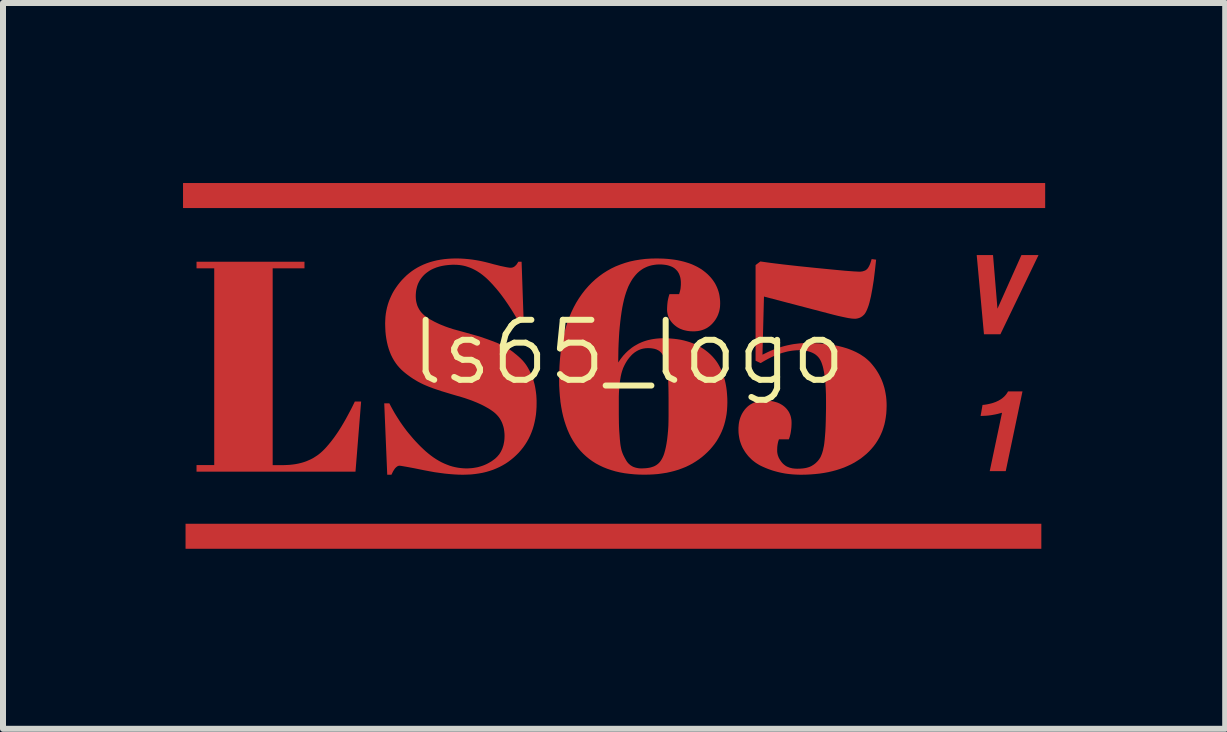
<source format=kicad_pcb>
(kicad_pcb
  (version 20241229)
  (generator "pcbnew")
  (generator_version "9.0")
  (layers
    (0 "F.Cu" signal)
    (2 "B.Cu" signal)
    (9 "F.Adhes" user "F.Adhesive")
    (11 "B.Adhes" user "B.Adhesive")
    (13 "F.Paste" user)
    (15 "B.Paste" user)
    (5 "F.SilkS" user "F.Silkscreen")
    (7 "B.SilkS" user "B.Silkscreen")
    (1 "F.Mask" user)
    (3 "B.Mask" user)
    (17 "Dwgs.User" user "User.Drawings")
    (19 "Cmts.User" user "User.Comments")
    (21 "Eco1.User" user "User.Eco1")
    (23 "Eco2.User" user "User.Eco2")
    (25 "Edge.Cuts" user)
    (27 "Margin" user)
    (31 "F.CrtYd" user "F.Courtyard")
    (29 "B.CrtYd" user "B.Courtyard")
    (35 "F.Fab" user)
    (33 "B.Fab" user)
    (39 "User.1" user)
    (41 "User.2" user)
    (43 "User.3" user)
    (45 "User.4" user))
  (footprint "ls65_logo"
    (layer "F.Cu")
    (at 7.424 3.322)
    (property "Reference" "ls65_logo" (at 0 -0.5 0) (unlocked yes) (layer "F.SilkS") (effects (font (size 1 1) (thickness 0.1))))
    (fp_poly (pts (xy 6.019 1.479) (xy 6.019 1.479) (xy 6.019 1.479)) (stroke (width 0) (type solid)) (fill yes) (layer "F.Cu"))
    (fp_poly (pts (xy 6.019 1.479) (xy 6.019 1.479) (xy 6.019 1.479)) (stroke (width 0) (type solid)) (fill yes) (layer "F.Cu"))
    (fp_poly (pts (xy 6.879 2.773) (xy -7.382 2.773) (xy -7.382 2.356) (xy 6.879 2.356)) (stroke (width 0) (type solid)) (fill yes) (layer "F.Cu"))
    (fp_poly (pts (xy 6.943 -2.905) (xy -7.424 -2.905) (xy -7.424 -3.322) (xy 6.943 -3.322)) (stroke (width 0) (type solid)) (fill yes) (layer "F.Cu"))
    (fp_poly (pts (xy 6.148 -1.228) (xy 6.547 -2.121) (xy 6.832 -2.121) (xy 6.197 -0.802) (xy 5.923 -0.802) (xy 5.802 -2.121) (xy 6.074 -2.121)) (stroke (width 0) (type solid)) (fill yes) (layer "F.Cu"))
    (fp_poly (pts (xy -5.4 -1.9) (xy -5.93 -1.9) (xy -5.93 1.379) (xy -5.75 1.379) (xy -5.697 1.377) (xy -5.646 1.374) (xy -5.597 1.369) (xy -5.548 1.362) (xy -5.501 1.353) (xy -5.456 1.342) (xy -5.411 1.329) (xy -5.368 1.314) (xy -5.327 1.296) (xy -5.286 1.277) (xy -5.247 1.256) (xy -5.21 1.232) (xy -5.173 1.207) (xy -5.139 1.18) (xy -5.105 1.15) (xy -5.073 1.119) (xy -5.041 1.085) (xy -5.01 1.049) (xy -4.978 1.011) (xy -4.946 0.971) (xy -4.914 0.929) (xy -4.882 0.884) (xy -4.85 0.838) (xy -4.818 0.789) (xy -4.786 0.738) (xy -4.754 0.684) (xy -4.722 0.629) (xy -4.69 0.571) (xy -4.658 0.511) (xy -4.625 0.449) (xy -4.593 0.385) (xy -4.561 0.319) (xy -4.456 0.319) (xy -4.55 1.488) (xy -7.199 1.488) (xy -7.199 1.378) (xy -6.904 1.378) (xy -6.904 -1.9) (xy -7.199 -1.9) (xy -7.199 -2.01) (xy -5.4 -2.01)) (stroke (width 0) (type solid)) (fill yes) (layer "F.Cu"))
    (fp_poly (pts (xy 6.286 1.479) (xy 6.019 1.479) (xy 6.224 0.506) (xy 6.201 0.512) (xy 6.179 0.518) (xy 6.157 0.524) (xy 6.135 0.529) (xy 6.112 0.534) (xy 6.09 0.538) (xy 6.068 0.542) (xy 6.046 0.546) (xy 6.024 0.549) (xy 6.002 0.552) (xy 5.98 0.554) (xy 5.957 0.556) (xy 5.935 0.557) (xy 5.912 0.558) (xy 5.889 0.559) (xy 5.867 0.559) (xy 5.899 0.376) (xy 5.939 0.372) (xy 5.976 0.366) (xy 6.013 0.358) (xy 6.03 0.354) (xy 6.047 0.35) (xy 6.064 0.345) (xy 6.08 0.34) (xy 6.096 0.334) (xy 6.111 0.329) (xy 6.126 0.323) (xy 6.14 0.316) (xy 6.154 0.31) (xy 6.168 0.303) (xy 6.181 0.295) (xy 6.194 0.288) (xy 6.206 0.28) (xy 6.218 0.272) (xy 6.23 0.263) (xy 6.24 0.254) (xy 6.251 0.245) (xy 6.261 0.236) (xy 6.27 0.226) (xy 6.279 0.216) (xy 6.288 0.206) (xy 6.296 0.195) (xy 6.304 0.184) (xy 6.311 0.173) (xy 6.318 0.162) (xy 6.324 0.15) (xy 6.565 0.15)) (stroke (width 0) (type solid)) (fill yes) (layer "F.Cu"))
    (fp_poly (pts (xy -2.804 -2.064) (xy -2.737 -2.06) (xy -2.669 -2.054) (xy -2.601 -2.046) (xy -2.531 -2.035) (xy -2.461 -2.022) (xy -2.39 -2.006) (xy -2.319 -1.988) (xy -2.25 -1.969) (xy -2.189 -1.954) (xy -2.134 -1.94) (xy -2.086 -1.93) (xy -2.044 -1.921) (xy -2.01 -1.915) (xy -1.982 -1.911) (xy -1.961 -1.91) (xy -1.957 -1.91) (xy -1.953 -1.911) (xy -1.949 -1.911) (xy -1.944 -1.912) (xy -1.94 -1.913) (xy -1.936 -1.914) (xy -1.932 -1.915) (xy -1.927 -1.916) (xy -1.923 -1.918) (xy -1.919 -1.92) (xy -1.915 -1.922) (xy -1.911 -1.924) (xy -1.907 -1.927) (xy -1.903 -1.929) (xy -1.895 -1.935) (xy -1.888 -1.942) (xy -1.88 -1.949) (xy -1.872 -1.957) (xy -1.865 -1.966) (xy -1.858 -1.976) (xy -1.851 -1.987) (xy -1.844 -1.998) (xy -1.837 -2.01) (xy -1.782 -2.01) (xy -1.747 -1.001) (xy -1.827 -1.001) (xy -1.887 -1.107) (xy -1.948 -1.207) (xy -2.01 -1.302) (xy -2.072 -1.392) (xy -2.135 -1.477) (xy -2.199 -1.556) (xy -2.264 -1.63) (xy -2.296 -1.664) (xy -2.329 -1.698) (xy -2.362 -1.73) (xy -2.395 -1.759) (xy -2.429 -1.787) (xy -2.463 -1.813) (xy -2.497 -1.836) (xy -2.532 -1.858) (xy -2.567 -1.877) (xy -2.603 -1.895) (xy -2.638 -1.91) (xy -2.675 -1.923) (xy -2.711 -1.935) (xy -2.748 -1.944) (xy -2.785 -1.951) (xy -2.823 -1.956) (xy -2.86 -1.959) (xy -2.899 -1.96) (xy -2.937 -1.96) (xy -2.973 -1.958) (xy -3.009 -1.955) (xy -3.044 -1.951) (xy -3.077 -1.946) (xy -3.11 -1.94) (xy -3.141 -1.933) (xy -3.172 -1.924) (xy -3.201 -1.915) (xy -3.229 -1.904) (xy -3.256 -1.893) (xy -3.283 -1.88) (xy -3.308 -1.866) (xy -3.331 -1.851) (xy -3.354 -1.835) (xy -3.376 -1.818) (xy -3.397 -1.8) (xy -3.416 -1.781) (xy -3.434 -1.761) (xy -3.45 -1.741) (xy -3.466 -1.719) (xy -3.48 -1.698) (xy -3.492 -1.675) (xy -3.504 -1.652) (xy -3.514 -1.627) (xy -3.522 -1.603) (xy -3.529 -1.577) (xy -3.535 -1.551) (xy -3.54 -1.524) (xy -3.543 -1.496) (xy -3.545 -1.467) (xy -3.546 -1.438) (xy -3.545 -1.409) (xy -3.543 -1.38) (xy -3.539 -1.353) (xy -3.533 -1.326) (xy -3.526 -1.3) (xy -3.518 -1.275) (xy -3.507 -1.251) (xy -3.495 -1.228) (xy -3.482 -1.206) (xy -3.467 -1.184) (xy -3.45 -1.163) (xy -3.432 -1.144) (xy -3.412 -1.125) (xy -3.391 -1.106) (xy -3.368 -1.089) (xy -3.344 -1.073) (xy -3.318 -1.057) (xy -3.292 -1.042) (xy -3.264 -1.027) (xy -3.237 -1.012) (xy -3.208 -0.998) (xy -3.179 -0.984) (xy -3.149 -0.97) (xy -3.118 -0.957) (xy -3.087 -0.945) (xy -3.055 -0.932) (xy -2.988 -0.908) (xy -2.919 -0.886) (xy -2.846 -0.866) (xy -2.712 -0.829) (xy -2.602 -0.798) (xy -2.518 -0.774) (xy -2.459 -0.756) (xy -2.41 -0.739) (xy -2.355 -0.72) (xy -2.295 -0.698) (xy -2.229 -0.673) (xy -2.195 -0.66) (xy -2.163 -0.646) (xy -2.133 -0.633) (xy -2.104 -0.619) (xy -2.077 -0.605) (xy -2.051 -0.591) (xy -2.027 -0.577) (xy -2.004 -0.563) (xy -1.982 -0.548) (xy -1.96 -0.532) (xy -1.937 -0.516) (xy -1.914 -0.498) (xy -1.891 -0.479) (xy -1.867 -0.46) (xy -1.843 -0.439) (xy -1.819 -0.418) (xy -1.807 -0.407) (xy -1.795 -0.396) (xy -1.784 -0.384) (xy -1.773 -0.373) (xy -1.762 -0.362) (xy -1.752 -0.35) (xy -1.742 -0.338) (xy -1.732 -0.326) (xy -1.723 -0.314) (xy -1.714 -0.302) (xy -1.705 -0.289) (xy -1.697 -0.277) (xy -1.689 -0.264) (xy -1.681 -0.251) (xy -1.674 -0.239) (xy -1.667 -0.226) (xy -1.65 -0.195) (xy -1.635 -0.164) (xy -1.621 -0.132) (xy -1.608 -0.1) (xy -1.595 -0.067) (xy -1.584 -0.033) (xy -1.574 0.002) (xy -1.565 0.037) (xy -1.557 0.073) (xy -1.551 0.109) (xy -1.545 0.147) (xy -1.54 0.185) (xy -1.536 0.224) (xy -1.534 0.263) (xy -1.532 0.303) (xy -1.532 0.344) (xy -1.533 0.411) (xy -1.537 0.476) (xy -1.543 0.539) (xy -1.553 0.601) (xy -1.565 0.661) (xy -1.579 0.719) (xy -1.596 0.776) (xy -1.616 0.831) (xy -1.638 0.884) (xy -1.663 0.936) (xy -1.691 0.986) (xy -1.721 1.034) (xy -1.754 1.081) (xy -1.79 1.126) (xy -1.828 1.17) (xy -1.869 1.211) (xy -1.912 1.251) (xy -1.957 1.288) (xy -2.003 1.323) (xy -2.051 1.355) (xy -2.101 1.384) (xy -2.152 1.411) (xy -2.205 1.435) (xy -2.259 1.457) (xy -2.316 1.476) (xy -2.374 1.493) (xy -2.433 1.507) (xy -2.494 1.518) (xy -2.557 1.527) (xy -2.622 1.534) (xy -2.688 1.537) (xy -2.756 1.539) (xy -2.829 1.538) (xy -2.904 1.534) (xy -2.981 1.528) (xy -3.062 1.52) (xy -3.144 1.509) (xy -3.23 1.497) (xy -3.318 1.481) (xy -3.408 1.464) (xy -3.571 1.431) (xy -3.694 1.408) (xy -3.775 1.394) (xy -3.801 1.39) (xy -3.816 1.389) (xy -3.82 1.389) (xy -3.824 1.389) (xy -3.829 1.39) (xy -3.833 1.391) (xy -3.837 1.393) (xy -3.842 1.394) (xy -3.846 1.396) (xy -3.85 1.398) (xy -3.855 1.401) (xy -3.859 1.404) (xy -3.863 1.407) (xy -3.867 1.41) (xy -3.872 1.414) (xy -3.876 1.418) (xy -3.88 1.422) (xy -3.884 1.426) (xy -3.889 1.431) (xy -3.893 1.436) (xy -3.897 1.442) (xy -3.901 1.447) (xy -3.909 1.46) (xy -3.918 1.473) (xy -3.926 1.488) (xy -3.934 1.504) (xy -3.942 1.521) (xy -3.951 1.539) (xy -4.021 1.539) (xy -4.071 0.349) (xy -3.986 0.349) (xy -3.958 0.403) (xy -3.929 0.456) (xy -3.899 0.509) (xy -3.868 0.56) (xy -3.836 0.61) (xy -3.804 0.66) (xy -3.77 0.709) (xy -3.735 0.757) (xy -3.7 0.804) (xy -3.663 0.85) (xy -3.625 0.895) (xy -3.587 0.94) (xy -3.548 0.983) (xy -3.507 1.026) (xy -3.466 1.068) (xy -3.423 1.109) (xy -3.381 1.148) (xy -3.337 1.185) (xy -3.294 1.219) (xy -3.25 1.251) (xy -3.206 1.28) (xy -3.161 1.307) (xy -3.117 1.331) (xy -3.072 1.352) (xy -3.026 1.371) (xy -2.981 1.388) (xy -2.935 1.402) (xy -2.889 1.413) (xy -2.842 1.422) (xy -2.796 1.428) (xy -2.749 1.432) (xy -2.701 1.434) (xy -2.67 1.433) (xy -2.64 1.431) (xy -2.61 1.429) (xy -2.58 1.425) (xy -2.551 1.42) (xy -2.522 1.415) (xy -2.494 1.408) (xy -2.466 1.4) (xy -2.438 1.391) (xy -2.411 1.381) (xy -2.385 1.37) (xy -2.359 1.358) (xy -2.333 1.344) (xy -2.308 1.33) (xy -2.283 1.315) (xy -2.259 1.298) (xy -2.236 1.281) (xy -2.214 1.263) (xy -2.204 1.253) (xy -2.194 1.243) (xy -2.184 1.233) (xy -2.175 1.222) (xy -2.166 1.212) (xy -2.157 1.201) (xy -2.149 1.19) (xy -2.142 1.178) (xy -2.134 1.166) (xy -2.127 1.154) (xy -2.121 1.142) (xy -2.115 1.129) (xy -2.103 1.103) (xy -2.094 1.076) (xy -2.085 1.048) (xy -2.079 1.019) (xy -2.073 0.989) (xy -2.069 0.957) (xy -2.067 0.925) (xy -2.066 0.891) (xy -2.067 0.858) (xy -2.07 0.825) (xy -2.074 0.794) (xy -2.079 0.763) (xy -2.087 0.733) (xy -2.096 0.705) (xy -2.106 0.677) (xy -2.118 0.651) (xy -2.132 0.625) (xy -2.147 0.6) (xy -2.164 0.577) (xy -2.183 0.554) (xy -2.203 0.533) (xy -2.225 0.512) (xy -2.249 0.492) (xy -2.274 0.474) (xy -2.3 0.456) (xy -2.328 0.438) (xy -2.358 0.421) (xy -2.388 0.404) (xy -2.42 0.387) (xy -2.454 0.37) (xy -2.489 0.354) (xy -2.525 0.338) (xy -2.562 0.323) (xy -2.601 0.307) (xy -2.642 0.292) (xy -2.683 0.278) (xy -2.726 0.263) (xy -2.771 0.249) (xy -2.864 0.222) (xy -2.956 0.195) (xy -3.042 0.169) (xy -3.121 0.145) (xy -3.193 0.121) (xy -3.26 0.098) (xy -3.319 0.076) (xy -3.372 0.054) (xy -3.418 0.034) (xy -3.461 0.013) (xy -3.504 -0.009) (xy -3.545 -0.033) (xy -3.586 -0.058) (xy -3.627 -0.085) (xy -3.667 -0.114) (xy -3.707 -0.144) (xy -3.746 -0.176) (xy -3.783 -0.209) (xy -3.818 -0.245) (xy -3.851 -0.283) (xy -3.881 -0.323) (xy -3.909 -0.366) (xy -3.935 -0.411) (xy -3.958 -0.458) (xy -3.978 -0.507) (xy -3.996 -0.558) (xy -4.012 -0.612) (xy -4.025 -0.668) (xy -4.036 -0.726) (xy -4.045 -0.786) (xy -4.051 -0.849) (xy -4.054 -0.914) (xy -4.056 -0.981) (xy -4.054 -1.036) (xy -4.051 -1.09) (xy -4.045 -1.143) (xy -4.036 -1.195) (xy -4.025 -1.246) (xy -4.011 -1.297) (xy -3.995 -1.346) (xy -3.976 -1.394) (xy -3.955 -1.441) (xy -3.932 -1.488) (xy -3.906 -1.533) (xy -3.877 -1.577) (xy -3.846 -1.621) (xy -3.813 -1.663) (xy -3.777 -1.705) (xy -3.738 -1.745) (xy -3.698 -1.784) (xy -3.655 -1.82) (xy -3.611 -1.854) (xy -3.565 -1.885) (xy -3.517 -1.914) (xy -3.467 -1.94) (xy -3.416 -1.964) (xy -3.363 -1.985) (xy -3.308 -2.004) (xy -3.251 -2.02) (xy -3.192 -2.034) (xy -3.131 -2.045) (xy -3.069 -2.054) (xy -3.005 -2.06) (xy -2.939 -2.064) (xy -2.871 -2.065)) (stroke (width 0) (type solid)) (fill yes) (layer "F.Cu"))
    (fp_poly (pts (xy 4.126 -2.045) (xy 4.106 -1.863) (xy 4.086 -1.701) (xy 4.063 -1.558) (xy 4.04 -1.435) (xy 4.015 -1.331) (xy 4.002 -1.286) (xy 3.988 -1.246) (xy 3.974 -1.211) (xy 3.96 -1.181) (xy 3.946 -1.156) (xy 3.931 -1.135) (xy 3.923 -1.126) (xy 3.914 -1.118) (xy 3.905 -1.11) (xy 3.896 -1.102) (xy 3.887 -1.096) (xy 3.877 -1.09) (xy 3.867 -1.084) (xy 3.857 -1.079) (xy 3.847 -1.075) (xy 3.836 -1.071) (xy 3.825 -1.068) (xy 3.814 -1.065) (xy 3.802 -1.063) (xy 3.79 -1.061) (xy 3.778 -1.061) (xy 3.766 -1.06) (xy 3.753 -1.061) (xy 3.738 -1.062) (xy 3.721 -1.063) (xy 3.702 -1.066) (xy 3.66 -1.072) (xy 3.611 -1.082) (xy 3.555 -1.094) (xy 3.492 -1.108) (xy 3.423 -1.125) (xy 3.346 -1.145) (xy 2.257 -1.43) (xy 2.232 -0.461) (xy 2.278 -0.484) (xy 2.323 -0.506) (xy 2.369 -0.527) (xy 2.416 -0.546) (xy 2.462 -0.563) (xy 2.509 -0.579) (xy 2.556 -0.594) (xy 2.603 -0.607) (xy 2.65 -0.618) (xy 2.698 -0.628) (xy 2.745 -0.637) (xy 2.793 -0.643) (xy 2.841 -0.649) (xy 2.889 -0.653) (xy 2.938 -0.655) (xy 2.986 -0.656) (xy 3.082 -0.654) (xy 3.173 -0.65) (xy 3.26 -0.643) (xy 3.344 -0.634) (xy 3.423 -0.621) (xy 3.498 -0.606) (xy 3.569 -0.588) (xy 3.636 -0.568) (xy 3.668 -0.557) (xy 3.699 -0.545) (xy 3.729 -0.533) (xy 3.758 -0.52) (xy 3.787 -0.507) (xy 3.814 -0.493) (xy 3.84 -0.479) (xy 3.866 -0.464) (xy 3.89 -0.448) (xy 3.914 -0.432) (xy 3.937 -0.416) (xy 3.958 -0.399) (xy 3.979 -0.381) (xy 3.999 -0.363) (xy 4.018 -0.345) (xy 4.036 -0.326) (xy 4.068 -0.288) (xy 4.098 -0.25) (xy 4.126 -0.211) (xy 4.152 -0.17) (xy 4.176 -0.129) (xy 4.197 -0.087) (xy 4.217 -0.044) (xy 4.235 0.001) (xy 4.25 0.046) (xy 4.264 0.092) (xy 4.275 0.139) (xy 4.284 0.187) (xy 4.292 0.236) (xy 4.297 0.286) (xy 4.3 0.337) (xy 4.301 0.389) (xy 4.299 0.455) (xy 4.295 0.519) (xy 4.287 0.582) (xy 4.277 0.642) (xy 4.264 0.701) (xy 4.247 0.758) (xy 4.228 0.814) (xy 4.205 0.867) (xy 4.18 0.919) (xy 4.151 0.969) (xy 4.12 1.017) (xy 4.086 1.063) (xy 4.048 1.108) (xy 4.008 1.151) (xy 3.965 1.192) (xy 3.918 1.231) (xy 3.87 1.269) (xy 3.818 1.303) (xy 3.765 1.336) (xy 3.709 1.366) (xy 3.651 1.393) (xy 3.591 1.419) (xy 3.529 1.441) (xy 3.464 1.462) (xy 3.397 1.48) (xy 3.328 1.496) (xy 3.257 1.509) (xy 3.183 1.52) (xy 3.107 1.528) (xy 3.029 1.534) (xy 2.949 1.538) (xy 2.866 1.539) (xy 2.822 1.538) (xy 2.777 1.536) (xy 2.733 1.533) (xy 2.69 1.529) (xy 2.647 1.524) (xy 2.604 1.518) (xy 2.562 1.51) (xy 2.52 1.501) (xy 2.479 1.491) (xy 2.438 1.48) (xy 2.397 1.468) (xy 2.357 1.454) (xy 2.318 1.44) (xy 2.279 1.424) (xy 2.24 1.407) (xy 2.202 1.389) (xy 2.181 1.378) (xy 2.161 1.366) (xy 2.142 1.354) (xy 2.123 1.342) (xy 2.105 1.329) (xy 2.087 1.315) (xy 2.069 1.301) (xy 2.052 1.286) (xy 2.036 1.27) (xy 2.02 1.254) (xy 2.004 1.238) (xy 1.989 1.221) (xy 1.975 1.203) (xy 1.961 1.185) (xy 1.947 1.166) (xy 1.934 1.146) (xy 1.922 1.126) (xy 1.91 1.106) (xy 1.899 1.086) (xy 1.889 1.064) (xy 1.88 1.043) (xy 1.872 1.021) (xy 1.864 0.999) (xy 1.857 0.976) (xy 1.851 0.953) (xy 1.846 0.93) (xy 1.842 0.906) (xy 1.838 0.882) (xy 1.835 0.857) (xy 1.833 0.833) (xy 1.832 0.807) (xy 1.832 0.781) (xy 1.832 0.756) (xy 1.834 0.731) (xy 1.836 0.706) (xy 1.839 0.682) (xy 1.843 0.659) (xy 1.848 0.636) (xy 1.854 0.614) (xy 1.861 0.592) (xy 1.869 0.571) (xy 1.878 0.55) (xy 1.887 0.53) (xy 1.898 0.511) (xy 1.909 0.492) (xy 1.922 0.474) (xy 1.935 0.456) (xy 1.949 0.439) (xy 1.964 0.423) (xy 1.98 0.407) (xy 1.996 0.393) (xy 2.014 0.38) (xy 2.031 0.368) (xy 2.05 0.357) (xy 2.069 0.347) (xy 2.089 0.338) (xy 2.11 0.33) (xy 2.131 0.323) (xy 2.153 0.317) (xy 2.176 0.313) (xy 2.199 0.309) (xy 2.224 0.306) (xy 2.249 0.305) (xy 2.274 0.304) (xy 2.3 0.304) (xy 2.325 0.306) (xy 2.349 0.308) (xy 2.372 0.31) (xy 2.395 0.314) (xy 2.417 0.318) (xy 2.438 0.324) (xy 2.459 0.33) (xy 2.479 0.336) (xy 2.498 0.344) (xy 2.517 0.352) (xy 2.535 0.362) (xy 2.552 0.372) (xy 2.568 0.382) (xy 2.584 0.394) (xy 2.599 0.406) (xy 2.613 0.419) (xy 2.627 0.433) (xy 2.639 0.447) (xy 2.65 0.461) (xy 2.661 0.476) (xy 2.671 0.492) (xy 2.679 0.507) (xy 2.687 0.524) (xy 2.694 0.541) (xy 2.7 0.558) (xy 2.705 0.576) (xy 2.709 0.594) (xy 2.712 0.612) (xy 2.715 0.632) (xy 2.716 0.651) (xy 2.717 0.671) (xy 2.716 0.711) (xy 2.714 0.75) (xy 2.71 0.786) (xy 2.705 0.822) (xy 2.702 0.839) (xy 2.699 0.856) (xy 2.695 0.872) (xy 2.691 0.888) (xy 2.687 0.904) (xy 2.682 0.919) (xy 2.677 0.934) (xy 2.671 0.949) (xy 2.507 0.949) (xy 2.503 0.959) (xy 2.5 0.969) (xy 2.496 0.98) (xy 2.493 0.991) (xy 2.491 1.001) (xy 2.488 1.013) (xy 2.486 1.024) (xy 2.484 1.036) (xy 2.482 1.047) (xy 2.481 1.059) (xy 2.479 1.072) (xy 2.478 1.084) (xy 2.478 1.097) (xy 2.477 1.11) (xy 2.477 1.123) (xy 2.477 1.136) (xy 2.477 1.15) (xy 2.478 1.163) (xy 2.48 1.176) (xy 2.482 1.189) (xy 2.485 1.202) (xy 2.488 1.215) (xy 2.493 1.228) (xy 2.498 1.241) (xy 2.503 1.254) (xy 2.51 1.267) (xy 2.517 1.279) (xy 2.524 1.292) (xy 2.533 1.304) (xy 2.542 1.317) (xy 2.551 1.329) (xy 2.561 1.341) (xy 2.572 1.353) (xy 2.584 1.364) (xy 2.596 1.374) (xy 2.609 1.384) (xy 2.622 1.393) (xy 2.636 1.401) (xy 2.651 1.408) (xy 2.666 1.414) (xy 2.682 1.42) (xy 2.699 1.425) (xy 2.716 1.429) (xy 2.734 1.433) (xy 2.752 1.435) (xy 2.771 1.437) (xy 2.791 1.438) (xy 2.811 1.439) (xy 2.832 1.438) (xy 2.851 1.438) (xy 2.87 1.437) (xy 2.889 1.435) (xy 2.907 1.434) (xy 2.924 1.431) (xy 2.94 1.429) (xy 2.956 1.426) (xy 2.972 1.422) (xy 2.986 1.418) (xy 3 1.414) (xy 3.014 1.409) (xy 3.027 1.404) (xy 3.039 1.398) (xy 3.05 1.393) (xy 3.061 1.386) (xy 3.072 1.379) (xy 3.082 1.373) (xy 3.092 1.366) (xy 3.101 1.359) (xy 3.111 1.351) (xy 3.12 1.344) (xy 3.128 1.336) (xy 3.136 1.328) (xy 3.144 1.32) (xy 3.152 1.312) (xy 3.159 1.303) (xy 3.166 1.295) (xy 3.173 1.286) (xy 3.179 1.277) (xy 3.185 1.268) (xy 3.191 1.259) (xy 3.197 1.249) (xy 3.202 1.239) (xy 3.207 1.228) (xy 3.212 1.216) (xy 3.217 1.204) (xy 3.222 1.191) (xy 3.227 1.177) (xy 3.231 1.162) (xy 3.236 1.147) (xy 3.24 1.132) (xy 3.244 1.115) (xy 3.247 1.098) (xy 3.251 1.081) (xy 3.255 1.062) (xy 3.258 1.043) (xy 3.261 1.024) (xy 3.268 0.962) (xy 3.274 0.893) (xy 3.28 0.817) (xy 3.284 0.733) (xy 3.287 0.641) (xy 3.289 0.541) (xy 3.291 0.434) (xy 3.291 0.319) (xy 3.29 0.205) (xy 3.286 0.099) (xy 3.28 0.003) (xy 3.271 -0.085) (xy 3.259 -0.163) (xy 3.245 -0.233) (xy 3.237 -0.265) (xy 3.228 -0.294) (xy 3.219 -0.321) (xy 3.209 -0.346) (xy 3.203 -0.358) (xy 3.198 -0.369) (xy 3.191 -0.38) (xy 3.185 -0.39) (xy 3.178 -0.401) (xy 3.17 -0.41) (xy 3.163 -0.42) (xy 3.154 -0.429) (xy 3.146 -0.438) (xy 3.137 -0.446) (xy 3.127 -0.454) (xy 3.118 -0.462) (xy 3.107 -0.469) (xy 3.097 -0.476) (xy 3.086 -0.482) (xy 3.074 -0.488) (xy 3.062 -0.494) (xy 3.05 -0.499) (xy 3.038 -0.504) (xy 3.024 -0.509) (xy 3.011 -0.513) (xy 2.997 -0.517) (xy 2.983 -0.521) (xy 2.968 -0.524) (xy 2.953 -0.527) (xy 2.938 -0.529) (xy 2.922 -0.531) (xy 2.906 -0.533) (xy 2.889 -0.534) (xy 2.872 -0.535) (xy 2.836 -0.536) (xy 2.8 -0.535) (xy 2.763 -0.532) (xy 2.726 -0.528) (xy 2.688 -0.522) (xy 2.65 -0.515) (xy 2.611 -0.505) (xy 2.572 -0.494) (xy 2.533 -0.482) (xy 2.493 -0.468) (xy 2.453 -0.452) (xy 2.412 -0.434) (xy 2.371 -0.415) (xy 2.329 -0.394) (xy 2.287 -0.371) (xy 2.245 -0.347) (xy 2.202 -0.321) (xy 2.117 -0.361) (xy 2.117 -1.955) (xy 2.197 -2.015) (xy 2.369 -1.991) (xy 2.58 -1.965) (xy 2.831 -1.937) (xy 3.121 -1.907) (xy 3.398 -1.88) (xy 3.61 -1.86) (xy 3.757 -1.849) (xy 3.839 -1.845) (xy 3.851 -1.845) (xy 3.862 -1.845) (xy 3.873 -1.846) (xy 3.884 -1.848) (xy 3.894 -1.849) (xy 3.904 -1.851) (xy 3.913 -1.854) (xy 3.922 -1.857) (xy 3.931 -1.86) (xy 3.939 -1.863) (xy 3.947 -1.867) (xy 3.954 -1.871) (xy 3.961 -1.876) (xy 3.967 -1.881) (xy 3.973 -1.887) (xy 3.979 -1.892) (xy 3.984 -1.899) (xy 3.989 -1.905) (xy 3.994 -1.913) (xy 3.999 -1.92) (xy 4.004 -1.929) (xy 4.008 -1.937) (xy 4.013 -1.947) (xy 4.018 -1.957) (xy 4.022 -1.967) (xy 4.027 -1.978) (xy 4.031 -1.99) (xy 4.035 -2.002) (xy 4.039 -2.014) (xy 4.043 -2.027) (xy 4.047 -2.041) (xy 4.051 -2.055)) (stroke (width 0) (type solid)) (fill yes) (layer "F.Cu"))
    (fp_poly (pts (xy 0.526 -2.064) (xy 0.587 -2.062) (xy 0.647 -2.058) (xy 0.705 -2.052) (xy 0.761 -2.045) (xy 0.815 -2.036) (xy 0.867 -2.025) (xy 0.917 -2.013) (xy 0.965 -1.999) (xy 1.012 -1.984) (xy 1.057 -1.967) (xy 1.099 -1.948) (xy 1.14 -1.928) (xy 1.179 -1.906) (xy 1.217 -1.883) (xy 1.252 -1.857) (xy 1.285 -1.831) (xy 1.316 -1.804) (xy 1.345 -1.775) (xy 1.372 -1.746) (xy 1.397 -1.715) (xy 1.419 -1.684) (xy 1.44 -1.652) (xy 1.458 -1.618) (xy 1.474 -1.584) (xy 1.488 -1.548) (xy 1.5 -1.512) (xy 1.51 -1.475) (xy 1.517 -1.436) (xy 1.522 -1.397) (xy 1.526 -1.357) (xy 1.527 -1.315) (xy 1.526 -1.292) (xy 1.525 -1.268) (xy 1.523 -1.246) (xy 1.519 -1.223) (xy 1.515 -1.202) (xy 1.51 -1.18) (xy 1.503 -1.159) (xy 1.496 -1.138) (xy 1.488 -1.118) (xy 1.479 -1.098) (xy 1.469 -1.079) (xy 1.458 -1.06) (xy 1.446 -1.041) (xy 1.433 -1.023) (xy 1.419 -1.005) (xy 1.404 -0.988) (xy 1.389 -0.971) (xy 1.372 -0.956) (xy 1.356 -0.941) (xy 1.338 -0.928) (xy 1.32 -0.915) (xy 1.302 -0.904) (xy 1.282 -0.894) (xy 1.263 -0.885) (xy 1.242 -0.877) (xy 1.221 -0.87) (xy 1.199 -0.864) (xy 1.177 -0.859) (xy 1.154 -0.855) (xy 1.131 -0.853) (xy 1.107 -0.851) (xy 1.082 -0.851) (xy 1.057 -0.851) (xy 1.033 -0.852) (xy 1.01 -0.854) (xy 0.987 -0.857) (xy 0.965 -0.861) (xy 0.943 -0.866) (xy 0.922 -0.871) (xy 0.902 -0.877) (xy 0.882 -0.885) (xy 0.863 -0.892) (xy 0.845 -0.901) (xy 0.827 -0.911) (xy 0.81 -0.921) (xy 0.793 -0.933) (xy 0.778 -0.945) (xy 0.762 -0.958) (xy 0.748 -0.971) (xy 0.734 -0.985) (xy 0.721 -1) (xy 0.71 -1.014) (xy 0.699 -1.029) (xy 0.689 -1.044) (xy 0.68 -1.06) (xy 0.672 -1.075) (xy 0.665 -1.091) (xy 0.659 -1.108) (xy 0.654 -1.125) (xy 0.65 -1.142) (xy 0.647 -1.159) (xy 0.644 -1.177) (xy 0.643 -1.194) (xy 0.642 -1.213) (xy 0.643 -1.249) (xy 0.645 -1.284) (xy 0.648 -1.318) (xy 0.652 -1.351) (xy 0.658 -1.382) (xy 0.665 -1.413) (xy 0.669 -1.428) (xy 0.673 -1.442) (xy 0.677 -1.456) (xy 0.682 -1.47) (xy 0.842 -1.47) (xy 0.846 -1.48) (xy 0.849 -1.491) (xy 0.852 -1.501) (xy 0.855 -1.511) (xy 0.858 -1.522) (xy 0.86 -1.533) (xy 0.863 -1.544) (xy 0.865 -1.555) (xy 0.867 -1.566) (xy 0.868 -1.578) (xy 0.869 -1.59) (xy 0.87 -1.601) (xy 0.871 -1.613) (xy 0.872 -1.625) (xy 0.872 -1.638) (xy 0.872 -1.65) (xy 0.872 -1.67) (xy 0.871 -1.688) (xy 0.869 -1.707) (xy 0.867 -1.724) (xy 0.864 -1.741) (xy 0.86 -1.757) (xy 0.855 -1.773) (xy 0.85 -1.788) (xy 0.844 -1.802) (xy 0.838 -1.816) (xy 0.83 -1.829) (xy 0.822 -1.842) (xy 0.814 -1.854) (xy 0.804 -1.865) (xy 0.794 -1.876) (xy 0.783 -1.886) (xy 0.772 -1.896) (xy 0.76 -1.905) (xy 0.747 -1.913) (xy 0.734 -1.921) (xy 0.719 -1.928) (xy 0.704 -1.934) (xy 0.689 -1.94) (xy 0.673 -1.945) (xy 0.656 -1.95) (xy 0.638 -1.954) (xy 0.62 -1.957) (xy 0.6 -1.96) (xy 0.581 -1.962) (xy 0.56 -1.964) (xy 0.539 -1.965) (xy 0.517 -1.965) (xy 0.474 -1.964) (xy 0.432 -1.959) (xy 0.391 -1.952) (xy 0.352 -1.942) (xy 0.314 -1.929) (xy 0.278 -1.913) (xy 0.243 -1.895) (xy 0.21 -1.873) (xy 0.178 -1.849) (xy 0.148 -1.822) (xy 0.119 -1.791) (xy 0.092 -1.758) (xy 0.066 -1.723) (xy 0.042 -1.684) (xy 0.019 -1.642) (xy -0.003 -1.598) (xy -0.022 -1.55) (xy -0.041 -1.498) (xy -0.059 -1.441) (xy -0.075 -1.381) (xy -0.09 -1.316) (xy -0.104 -1.247) (xy -0.116 -1.174) (xy -0.127 -1.097) (xy -0.137 -1.016) (xy -0.146 -0.931) (xy -0.154 -0.841) (xy -0.16 -0.747) (xy -0.165 -0.65) (xy -0.169 -0.547) (xy -0.172 -0.331) (xy -0.139 -0.38) (xy -0.104 -0.426) (xy -0.086 -0.448) (xy -0.067 -0.468) (xy -0.048 -0.489) (xy -0.028 -0.508) (xy -0.008 -0.527) (xy 0.013 -0.544) (xy 0.034 -0.561) (xy 0.055 -0.578) (xy 0.077 -0.593) (xy 0.1 -0.608) (xy 0.123 -0.621) (xy 0.146 -0.634) (xy 0.17 -0.647) (xy 0.194 -0.658) (xy 0.219 -0.669) (xy 0.244 -0.679) (xy 0.27 -0.688) (xy 0.296 -0.696) (xy 0.323 -0.704) (xy 0.35 -0.71) (xy 0.377 -0.716) (xy 0.405 -0.721) (xy 0.462 -0.729) (xy 0.521 -0.734) (xy 0.582 -0.736) (xy 0.643 -0.735) (xy 0.703 -0.731) (xy 0.76 -0.726) (xy 0.816 -0.719) (xy 0.871 -0.71) (xy 0.924 -0.698) (xy 0.975 -0.684) (xy 1.024 -0.669) (xy 1.072 -0.651) (xy 1.119 -0.631) (xy 1.163 -0.609) (xy 1.206 -0.585) (xy 1.248 -0.559) (xy 1.287 -0.531) (xy 1.325 -0.501) (xy 1.362 -0.468) (xy 1.396 -0.434) (xy 1.429 -0.397) (xy 1.459 -0.359) (xy 1.487 -0.318) (xy 1.512 -0.275) (xy 1.535 -0.23) (xy 1.557 -0.183) (xy 1.576 -0.134) (xy 1.592 -0.083) (xy 1.607 -0.03) (xy 1.619 0.026) (xy 1.629 0.083) (xy 1.637 0.143) (xy 1.642 0.204) (xy 1.646 0.268) (xy 1.647 0.334) (xy 1.645 0.4) (xy 1.641 0.465) (xy 1.634 0.527) (xy 1.623 0.589) (xy 1.61 0.649) (xy 1.594 0.707) (xy 1.575 0.764) (xy 1.553 0.819) (xy 1.528 0.872) (xy 1.5 0.924) (xy 1.47 0.975) (xy 1.436 1.024) (xy 1.399 1.071) (xy 1.36 1.117) (xy 1.317 1.161) (xy 1.272 1.203) (xy 1.224 1.244) (xy 1.174 1.282) (xy 1.122 1.317) (xy 1.069 1.35) (xy 1.013 1.38) (xy 0.955 1.408) (xy 0.895 1.432) (xy 0.833 1.455) (xy 0.77 1.474) (xy 0.704 1.491) (xy 0.636 1.506) (xy 0.566 1.517) (xy 0.495 1.527) (xy 0.421 1.533) (xy 0.345 1.537) (xy 0.267 1.538) (xy 0.18 1.537) (xy 0.095 1.532) (xy 0.013 1.524) (xy -0.066 1.514) (xy -0.143 1.5) (xy -0.217 1.483) (xy -0.288 1.462) (xy -0.356 1.439) (xy -0.421 1.413) (xy -0.484 1.383) (xy -0.544 1.351) (xy -0.601 1.315) (xy -0.655 1.276) (xy -0.706 1.234) (xy -0.755 1.189) (xy -0.801 1.141) (xy -0.844 1.09) (xy -0.884 1.036) (xy -0.922 0.978) (xy -0.957 0.918) (xy -0.989 0.854) (xy -1.018 0.787) (xy -1.044 0.717) (xy -1.068 0.644) (xy -1.089 0.568) (xy -1.107 0.489) (xy -1.122 0.407) (xy -1.135 0.322) (xy -1.136 0.307) (xy -0.162 0.307) (xy -0.162 0.541) (xy -0.16 0.691) (xy -0.158 0.748) (xy -0.155 0.809) (xy -0.15 0.875) (xy -0.145 0.946) (xy -0.141 0.982) (xy -0.138 1.015) (xy -0.134 1.046) (xy -0.129 1.074) (xy -0.124 1.099) (xy -0.119 1.122) (xy -0.113 1.143) (xy -0.107 1.161) (xy -0.101 1.178) (xy -0.094 1.195) (xy -0.086 1.213) (xy -0.077 1.231) (xy -0.068 1.249) (xy -0.058 1.267) (xy -0.048 1.285) (xy -0.037 1.304) (xy -0.032 1.312) (xy -0.027 1.319) (xy -0.021 1.327) (xy -0.016 1.334) (xy -0.01 1.341) (xy -0.004 1.348) (xy 0.002 1.354) (xy 0.009 1.36) (xy 0.015 1.366) (xy 0.022 1.372) (xy 0.029 1.378) (xy 0.036 1.383) (xy 0.043 1.388) (xy 0.051 1.392) (xy 0.059 1.397) (xy 0.066 1.401) (xy 0.074 1.405) (xy 0.083 1.409) (xy 0.091 1.412) (xy 0.1 1.415) (xy 0.109 1.418) (xy 0.118 1.421) (xy 0.127 1.423) (xy 0.136 1.425) (xy 0.146 1.427) (xy 0.155 1.429) (xy 0.175 1.432) (xy 0.196 1.433) (xy 0.218 1.434) (xy 0.239 1.433) (xy 0.26 1.432) (xy 0.28 1.431) (xy 0.3 1.429) (xy 0.318 1.427) (xy 0.337 1.424) (xy 0.354 1.421) (xy 0.371 1.417) (xy 0.387 1.412) (xy 0.402 1.407) (xy 0.417 1.402) (xy 0.431 1.396) (xy 0.444 1.389) (xy 0.457 1.382) (xy 0.469 1.374) (xy 0.48 1.366) (xy 0.491 1.357) (xy 0.501 1.348) (xy 0.511 1.338) (xy 0.521 1.327) (xy 0.53 1.315) (xy 0.539 1.303) (xy 0.547 1.289) (xy 0.556 1.276) (xy 0.563 1.261) (xy 0.571 1.246) (xy 0.578 1.23) (xy 0.585 1.213) (xy 0.591 1.196) (xy 0.597 1.177) (xy 0.602 1.159) (xy 0.608 1.139) (xy 0.622 1.078) (xy 0.634 1.014) (xy 0.644 0.947) (xy 0.652 0.875) (xy 0.659 0.8) (xy 0.664 0.722) (xy 0.666 0.64) (xy 0.667 0.554) (xy 0.667 0.263) (xy 0.665 0.089) (xy 0.663 0.031) (xy 0.661 -0.029) (xy 0.657 -0.09) (xy 0.652 -0.153) (xy 0.65 -0.184) (xy 0.647 -0.213) (xy 0.643 -0.24) (xy 0.639 -0.265) (xy 0.635 -0.288) (xy 0.63 -0.309) (xy 0.625 -0.328) (xy 0.62 -0.346) (xy 0.614 -0.362) (xy 0.608 -0.378) (xy 0.601 -0.394) (xy 0.594 -0.409) (xy 0.587 -0.425) (xy 0.579 -0.44) (xy 0.571 -0.456) (xy 0.562 -0.471) (xy 0.558 -0.477) (xy 0.554 -0.483) (xy 0.549 -0.488) (xy 0.545 -0.494) (xy 0.54 -0.499) (xy 0.534 -0.505) (xy 0.529 -0.51) (xy 0.523 -0.514) (xy 0.518 -0.519) (xy 0.512 -0.523) (xy 0.505 -0.528) (xy 0.499 -0.532) (xy 0.492 -0.535) (xy 0.485 -0.539) (xy 0.478 -0.542) (xy 0.471 -0.546) (xy 0.464 -0.549) (xy 0.456 -0.552) (xy 0.448 -0.554) (xy 0.44 -0.557) (xy 0.423 -0.561) (xy 0.406 -0.564) (xy 0.388 -0.567) (xy 0.368 -0.569) (xy 0.348 -0.57) (xy 0.327 -0.571) (xy 0.306 -0.57) (xy 0.286 -0.569) (xy 0.266 -0.566) (xy 0.246 -0.563) (xy 0.226 -0.558) (xy 0.207 -0.553) (xy 0.189 -0.546) (xy 0.171 -0.539) (xy 0.153 -0.53) (xy 0.136 -0.521) (xy 0.119 -0.51) (xy 0.102 -0.499) (xy 0.086 -0.486) (xy 0.07 -0.473) (xy 0.055 -0.459) (xy 0.04 -0.443) (xy 0.026 -0.427) (xy 0.012 -0.411) (xy -0.001 -0.394) (xy -0.014 -0.377) (xy -0.026 -0.359) (xy -0.037 -0.341) (xy -0.048 -0.323) (xy -0.058 -0.304) (xy -0.068 -0.285) (xy -0.077 -0.266) (xy -0.086 -0.247) (xy -0.094 -0.227) (xy -0.101 -0.206) (xy -0.108 -0.186) (xy -0.114 -0.165) (xy -0.12 -0.143) (xy -0.13 -0.098) (xy -0.138 -0.05) (xy -0.146 0.001) (xy -0.152 0.055) (xy -0.156 0.113) (xy -0.16 0.174) (xy -0.162 0.239) (xy -0.162 0.307) (xy -1.136 0.307) (xy -1.144 0.233) (xy -1.151 0.142) (xy -1.156 0.047) (xy -1.157 -0.051) (xy -1.155 -0.17) (xy -1.15 -0.285) (xy -1.142 -0.397) (xy -1.13 -0.506) (xy -1.115 -0.611) (xy -1.096 -0.712) (xy -1.074 -0.811) (xy -1.049 -0.906) (xy -1.02 -0.997) (xy -0.988 -1.085) (xy -0.953 -1.169) (xy -0.914 -1.25) (xy -0.872 -1.328) (xy -0.826 -1.402) (xy -0.777 -1.473) (xy -0.725 -1.54) (xy -0.669 -1.604) (xy -0.612 -1.663) (xy -0.551 -1.719) (xy -0.488 -1.77) (xy -0.423 -1.817) (xy -0.355 -1.86) (xy -0.285 -1.899) (xy -0.212 -1.934) (xy -0.136 -1.964) (xy -0.058 -1.991) (xy 0.022 -2.014) (xy 0.105 -2.032) (xy 0.191 -2.046) (xy 0.279 -2.057) (xy 0.369 -2.063) (xy 0.462 -2.065)) (stroke (width 0) (type solid)) (fill yes) (layer "F.Cu"))
    (fp_poly (pts (xy 6.879 2.773) (xy -7.382 2.773) (xy -7.382 2.356) (xy 6.879 2.356)) (stroke (width 0) (type solid)) (fill yes) (layer "F.Mask"))
    (fp_poly (pts (xy 6.943 -2.905) (xy -7.424 -2.905) (xy -7.424 -3.322) (xy 6.943 -3.322)) (stroke (width 0) (type solid)) (fill yes) (layer "F.Mask"))
    (fp_poly (pts (xy 6.148 -1.228) (xy 6.547 -2.121) (xy 6.832 -2.121) (xy 6.197 -0.802) (xy 5.923 -0.802) (xy 5.802 -2.121) (xy 6.074 -2.121)) (stroke (width 0) (type solid)) (fill yes) (layer "F.Mask"))
    (fp_poly (pts (xy -5.4 -1.9) (xy -5.93 -1.9) (xy -5.93 1.379) (xy -5.75 1.379) (xy -5.697 1.377) (xy -5.646 1.374) (xy -5.597 1.369) (xy -5.548 1.362) (xy -5.501 1.353) (xy -5.456 1.342) (xy -5.411 1.329) (xy -5.368 1.314) (xy -5.327 1.296) (xy -5.286 1.277) (xy -5.247 1.256) (xy -5.21 1.232) (xy -5.173 1.207) (xy -5.139 1.18) (xy -5.105 1.15) (xy -5.073 1.119) (xy -5.041 1.085) (xy -5.01 1.049) (xy -4.978 1.011) (xy -4.946 0.971) (xy -4.914 0.929) (xy -4.882 0.884) (xy -4.85 0.838) (xy -4.818 0.789) (xy -4.786 0.738) (xy -4.754 0.684) (xy -4.722 0.629) (xy -4.69 0.571) (xy -4.658 0.511) (xy -4.625 0.449) (xy -4.593 0.385) (xy -4.561 0.319) (xy -4.456 0.319) (xy -4.55 1.488) (xy -7.199 1.488) (xy -7.199 1.378) (xy -6.904 1.378) (xy -6.904 -1.9) (xy -7.199 -1.9) (xy -7.199 -2.01) (xy -5.4 -2.01)) (stroke (width 0) (type solid)) (fill yes) (layer "F.Mask"))
    (fp_poly (pts (xy 6.286 1.479) (xy 6.019 1.479) (xy 6.224 0.506) (xy 6.201 0.512) (xy 6.179 0.518) (xy 6.157 0.524) (xy 6.135 0.529) (xy 6.112 0.534) (xy 6.09 0.538) (xy 6.068 0.542) (xy 6.046 0.546) (xy 6.024 0.549) (xy 6.002 0.552) (xy 5.98 0.554) (xy 5.957 0.556) (xy 5.935 0.557) (xy 5.912 0.558) (xy 5.889 0.559) (xy 5.867 0.559) (xy 5.899 0.376) (xy 5.939 0.372) (xy 5.976 0.366) (xy 6.013 0.358) (xy 6.03 0.354) (xy 6.047 0.35) (xy 6.064 0.345) (xy 6.08 0.34) (xy 6.096 0.334) (xy 6.111 0.329) (xy 6.126 0.323) (xy 6.14 0.316) (xy 6.154 0.31) (xy 6.168 0.303) (xy 6.181 0.295) (xy 6.194 0.288) (xy 6.206 0.28) (xy 6.218 0.272) (xy 6.23 0.263) (xy 6.24 0.254) (xy 6.251 0.245) (xy 6.261 0.236) (xy 6.27 0.226) (xy 6.279 0.216) (xy 6.288 0.206) (xy 6.296 0.195) (xy 6.304 0.184) (xy 6.311 0.173) (xy 6.318 0.162) (xy 6.324 0.15) (xy 6.565 0.15)) (stroke (width 0) (type solid)) (fill yes) (layer "F.Mask"))
    (fp_poly (pts (xy -2.804 -2.064) (xy -2.737 -2.06) (xy -2.669 -2.054) (xy -2.601 -2.046) (xy -2.531 -2.035) (xy -2.461 -2.022) (xy -2.39 -2.006) (xy -2.319 -1.988) (xy -2.25 -1.969) (xy -2.189 -1.954) (xy -2.134 -1.94) (xy -2.086 -1.93) (xy -2.044 -1.921) (xy -2.01 -1.915) (xy -1.982 -1.911) (xy -1.961 -1.91) (xy -1.957 -1.91) (xy -1.953 -1.911) (xy -1.949 -1.911) (xy -1.944 -1.912) (xy -1.94 -1.913) (xy -1.936 -1.914) (xy -1.932 -1.915) (xy -1.927 -1.916) (xy -1.923 -1.918) (xy -1.919 -1.92) (xy -1.915 -1.922) (xy -1.911 -1.924) (xy -1.907 -1.927) (xy -1.903 -1.929) (xy -1.895 -1.935) (xy -1.888 -1.942) (xy -1.88 -1.949) (xy -1.872 -1.957) (xy -1.865 -1.966) (xy -1.858 -1.976) (xy -1.851 -1.987) (xy -1.844 -1.998) (xy -1.837 -2.01) (xy -1.782 -2.01) (xy -1.747 -1.001) (xy -1.827 -1.001) (xy -1.887 -1.107) (xy -1.948 -1.207) (xy -2.01 -1.302) (xy -2.072 -1.392) (xy -2.135 -1.477) (xy -2.199 -1.556) (xy -2.264 -1.63) (xy -2.296 -1.664) (xy -2.329 -1.698) (xy -2.362 -1.73) (xy -2.395 -1.759) (xy -2.429 -1.787) (xy -2.463 -1.813) (xy -2.497 -1.836) (xy -2.532 -1.858) (xy -2.567 -1.877) (xy -2.603 -1.895) (xy -2.638 -1.91) (xy -2.675 -1.923) (xy -2.711 -1.935) (xy -2.748 -1.944) (xy -2.785 -1.951) (xy -2.823 -1.956) (xy -2.86 -1.959) (xy -2.899 -1.96) (xy -2.937 -1.96) (xy -2.973 -1.958) (xy -3.009 -1.955) (xy -3.044 -1.951) (xy -3.077 -1.946) (xy -3.11 -1.94) (xy -3.141 -1.933) (xy -3.172 -1.924) (xy -3.201 -1.915) (xy -3.229 -1.904) (xy -3.256 -1.893) (xy -3.283 -1.88) (xy -3.308 -1.866) (xy -3.331 -1.851) (xy -3.354 -1.835) (xy -3.376 -1.818) (xy -3.397 -1.8) (xy -3.416 -1.781) (xy -3.434 -1.761) (xy -3.45 -1.741) (xy -3.466 -1.719) (xy -3.48 -1.698) (xy -3.492 -1.675) (xy -3.504 -1.652) (xy -3.514 -1.627) (xy -3.522 -1.603) (xy -3.529 -1.577) (xy -3.535 -1.551) (xy -3.54 -1.524) (xy -3.543 -1.496) (xy -3.545 -1.467) (xy -3.546 -1.438) (xy -3.545 -1.409) (xy -3.543 -1.38) (xy -3.539 -1.353) (xy -3.533 -1.326) (xy -3.526 -1.3) (xy -3.518 -1.275) (xy -3.507 -1.251) (xy -3.495 -1.228) (xy -3.482 -1.206) (xy -3.467 -1.184) (xy -3.45 -1.163) (xy -3.432 -1.144) (xy -3.412 -1.125) (xy -3.391 -1.106) (xy -3.368 -1.089) (xy -3.344 -1.073) (xy -3.318 -1.057) (xy -3.292 -1.042) (xy -3.264 -1.027) (xy -3.237 -1.012) (xy -3.208 -0.998) (xy -3.179 -0.984) (xy -3.149 -0.97) (xy -3.118 -0.957) (xy -3.087 -0.945) (xy -3.055 -0.932) (xy -2.988 -0.908) (xy -2.919 -0.886) (xy -2.846 -0.866) (xy -2.712 -0.829) (xy -2.602 -0.798) (xy -2.518 -0.774) (xy -2.459 -0.756) (xy -2.41 -0.739) (xy -2.355 -0.72) (xy -2.295 -0.698) (xy -2.229 -0.673) (xy -2.195 -0.66) (xy -2.163 -0.646) (xy -2.133 -0.633) (xy -2.104 -0.619) (xy -2.077 -0.605) (xy -2.051 -0.591) (xy -2.027 -0.577) (xy -2.004 -0.563) (xy -1.982 -0.548) (xy -1.96 -0.532) (xy -1.937 -0.516) (xy -1.914 -0.498) (xy -1.891 -0.479) (xy -1.867 -0.46) (xy -1.843 -0.439) (xy -1.819 -0.418) (xy -1.807 -0.407) (xy -1.795 -0.396) (xy -1.784 -0.384) (xy -1.773 -0.373) (xy -1.762 -0.362) (xy -1.752 -0.35) (xy -1.742 -0.338) (xy -1.732 -0.326) (xy -1.723 -0.314) (xy -1.714 -0.302) (xy -1.705 -0.289) (xy -1.697 -0.277) (xy -1.689 -0.264) (xy -1.681 -0.251) (xy -1.674 -0.239) (xy -1.667 -0.226) (xy -1.65 -0.195) (xy -1.635 -0.164) (xy -1.621 -0.132) (xy -1.608 -0.1) (xy -1.595 -0.067) (xy -1.584 -0.033) (xy -1.574 0.002) (xy -1.565 0.037) (xy -1.557 0.073) (xy -1.551 0.109) (xy -1.545 0.147) (xy -1.54 0.185) (xy -1.536 0.224) (xy -1.534 0.263) (xy -1.532 0.303) (xy -1.532 0.344) (xy -1.533 0.411) (xy -1.537 0.476) (xy -1.543 0.539) (xy -1.553 0.601) (xy -1.565 0.661) (xy -1.579 0.719) (xy -1.596 0.776) (xy -1.616 0.831) (xy -1.638 0.884) (xy -1.663 0.936) (xy -1.691 0.986) (xy -1.721 1.034) (xy -1.754 1.081) (xy -1.79 1.126) (xy -1.828 1.17) (xy -1.869 1.211) (xy -1.912 1.251) (xy -1.957 1.288) (xy -2.003 1.323) (xy -2.051 1.355) (xy -2.101 1.384) (xy -2.152 1.411) (xy -2.205 1.435) (xy -2.259 1.457) (xy -2.316 1.476) (xy -2.374 1.493) (xy -2.433 1.507) (xy -2.494 1.518) (xy -2.557 1.527) (xy -2.622 1.534) (xy -2.688 1.537) (xy -2.756 1.539) (xy -2.829 1.538) (xy -2.904 1.534) (xy -2.981 1.528) (xy -3.062 1.52) (xy -3.144 1.509) (xy -3.23 1.497) (xy -3.318 1.481) (xy -3.408 1.464) (xy -3.571 1.431) (xy -3.694 1.408) (xy -3.775 1.394) (xy -3.801 1.39) (xy -3.816 1.389) (xy -3.82 1.389) (xy -3.824 1.389) (xy -3.829 1.39) (xy -3.833 1.391) (xy -3.837 1.393) (xy -3.842 1.394) (xy -3.846 1.396) (xy -3.85 1.398) (xy -3.855 1.401) (xy -3.859 1.404) (xy -3.863 1.407) (xy -3.867 1.41) (xy -3.872 1.414) (xy -3.876 1.418) (xy -3.88 1.422) (xy -3.884 1.426) (xy -3.889 1.431) (xy -3.893 1.436) (xy -3.897 1.442) (xy -3.901 1.447) (xy -3.909 1.46) (xy -3.918 1.473) (xy -3.926 1.488) (xy -3.934 1.504) (xy -3.942 1.521) (xy -3.951 1.539) (xy -4.021 1.539) (xy -4.071 0.349) (xy -3.986 0.349) (xy -3.958 0.403) (xy -3.929 0.456) (xy -3.899 0.509) (xy -3.868 0.56) (xy -3.836 0.61) (xy -3.804 0.66) (xy -3.77 0.709) (xy -3.735 0.757) (xy -3.7 0.804) (xy -3.663 0.85) (xy -3.625 0.895) (xy -3.587 0.94) (xy -3.548 0.983) (xy -3.507 1.026) (xy -3.466 1.068) (xy -3.423 1.109) (xy -3.381 1.148) (xy -3.337 1.185) (xy -3.294 1.219) (xy -3.25 1.251) (xy -3.206 1.28) (xy -3.161 1.307) (xy -3.117 1.331) (xy -3.072 1.352) (xy -3.026 1.371) (xy -2.981 1.388) (xy -2.935 1.402) (xy -2.889 1.413) (xy -2.842 1.422) (xy -2.796 1.428) (xy -2.749 1.432) (xy -2.701 1.434) (xy -2.67 1.433) (xy -2.64 1.431) (xy -2.61 1.429) (xy -2.58 1.425) (xy -2.551 1.42) (xy -2.522 1.415) (xy -2.494 1.408) (xy -2.466 1.4) (xy -2.438 1.391) (xy -2.411 1.381) (xy -2.385 1.37) (xy -2.359 1.358) (xy -2.333 1.344) (xy -2.308 1.33) (xy -2.283 1.315) (xy -2.259 1.298) (xy -2.236 1.281) (xy -2.214 1.263) (xy -2.204 1.253) (xy -2.194 1.243) (xy -2.184 1.233) (xy -2.175 1.222) (xy -2.166 1.212) (xy -2.157 1.201) (xy -2.149 1.19) (xy -2.142 1.178) (xy -2.134 1.166) (xy -2.127 1.154) (xy -2.121 1.142) (xy -2.115 1.129) (xy -2.103 1.103) (xy -2.094 1.076) (xy -2.085 1.048) (xy -2.079 1.019) (xy -2.073 0.989) (xy -2.069 0.957) (xy -2.067 0.925) (xy -2.066 0.891) (xy -2.067 0.858) (xy -2.07 0.825) (xy -2.074 0.794) (xy -2.079 0.763) (xy -2.087 0.733) (xy -2.096 0.705) (xy -2.106 0.677) (xy -2.118 0.651) (xy -2.132 0.625) (xy -2.147 0.6) (xy -2.164 0.577) (xy -2.183 0.554) (xy -2.203 0.533) (xy -2.225 0.512) (xy -2.249 0.492) (xy -2.274 0.474) (xy -2.3 0.456) (xy -2.328 0.438) (xy -2.358 0.421) (xy -2.388 0.404) (xy -2.42 0.387) (xy -2.454 0.37) (xy -2.489 0.354) (xy -2.525 0.338) (xy -2.562 0.323) (xy -2.601 0.307) (xy -2.642 0.292) (xy -2.683 0.278) (xy -2.726 0.263) (xy -2.771 0.249) (xy -2.864 0.222) (xy -2.956 0.195) (xy -3.042 0.169) (xy -3.121 0.145) (xy -3.193 0.121) (xy -3.26 0.098) (xy -3.319 0.076) (xy -3.372 0.054) (xy -3.418 0.034) (xy -3.461 0.013) (xy -3.504 -0.009) (xy -3.545 -0.033) (xy -3.586 -0.058) (xy -3.627 -0.085) (xy -3.667 -0.114) (xy -3.707 -0.144) (xy -3.746 -0.176) (xy -3.783 -0.209) (xy -3.818 -0.245) (xy -3.851 -0.283) (xy -3.881 -0.323) (xy -3.909 -0.366) (xy -3.935 -0.411) (xy -3.958 -0.458) (xy -3.978 -0.507) (xy -3.996 -0.558) (xy -4.012 -0.612) (xy -4.025 -0.668) (xy -4.036 -0.726) (xy -4.045 -0.786) (xy -4.051 -0.849) (xy -4.054 -0.914) (xy -4.056 -0.981) (xy -4.054 -1.036) (xy -4.051 -1.09) (xy -4.045 -1.143) (xy -4.036 -1.195) (xy -4.025 -1.246) (xy -4.011 -1.297) (xy -3.995 -1.346) (xy -3.976 -1.394) (xy -3.955 -1.441) (xy -3.932 -1.488) (xy -3.906 -1.533) (xy -3.877 -1.577) (xy -3.846 -1.621) (xy -3.813 -1.663) (xy -3.777 -1.705) (xy -3.738 -1.745) (xy -3.698 -1.784) (xy -3.655 -1.82) (xy -3.611 -1.854) (xy -3.565 -1.885) (xy -3.517 -1.914) (xy -3.467 -1.94) (xy -3.416 -1.964) (xy -3.363 -1.985) (xy -3.308 -2.004) (xy -3.251 -2.02) (xy -3.192 -2.034) (xy -3.131 -2.045) (xy -3.069 -2.054) (xy -3.005 -2.06) (xy -2.939 -2.064) (xy -2.871 -2.065)) (stroke (width 0) (type solid)) (fill yes) (layer "F.Mask"))
    (fp_poly (pts (xy 4.126 -2.045) (xy 4.106 -1.863) (xy 4.086 -1.701) (xy 4.063 -1.558) (xy 4.04 -1.435) (xy 4.015 -1.331) (xy 4.002 -1.286) (xy 3.988 -1.246) (xy 3.974 -1.211) (xy 3.96 -1.181) (xy 3.946 -1.156) (xy 3.931 -1.135) (xy 3.923 -1.126) (xy 3.914 -1.118) (xy 3.905 -1.11) (xy 3.896 -1.102) (xy 3.887 -1.096) (xy 3.877 -1.09) (xy 3.867 -1.084) (xy 3.857 -1.079) (xy 3.847 -1.075) (xy 3.836 -1.071) (xy 3.825 -1.068) (xy 3.814 -1.065) (xy 3.802 -1.063) (xy 3.79 -1.061) (xy 3.778 -1.061) (xy 3.766 -1.06) (xy 3.753 -1.061) (xy 3.738 -1.062) (xy 3.721 -1.063) (xy 3.702 -1.066) (xy 3.66 -1.072) (xy 3.611 -1.082) (xy 3.555 -1.094) (xy 3.492 -1.108) (xy 3.423 -1.125) (xy 3.346 -1.145) (xy 2.257 -1.43) (xy 2.232 -0.461) (xy 2.278 -0.484) (xy 2.323 -0.506) (xy 2.369 -0.527) (xy 2.416 -0.546) (xy 2.462 -0.563) (xy 2.509 -0.579) (xy 2.556 -0.594) (xy 2.603 -0.607) (xy 2.65 -0.618) (xy 2.698 -0.628) (xy 2.745 -0.637) (xy 2.793 -0.643) (xy 2.841 -0.649) (xy 2.889 -0.653) (xy 2.938 -0.655) (xy 2.986 -0.656) (xy 3.082 -0.654) (xy 3.173 -0.65) (xy 3.26 -0.643) (xy 3.344 -0.634) (xy 3.423 -0.621) (xy 3.498 -0.606) (xy 3.569 -0.588) (xy 3.636 -0.568) (xy 3.668 -0.557) (xy 3.699 -0.545) (xy 3.729 -0.533) (xy 3.758 -0.52) (xy 3.787 -0.507) (xy 3.814 -0.493) (xy 3.84 -0.479) (xy 3.866 -0.464) (xy 3.89 -0.448) (xy 3.914 -0.432) (xy 3.937 -0.416) (xy 3.958 -0.399) (xy 3.979 -0.381) (xy 3.999 -0.363) (xy 4.018 -0.345) (xy 4.036 -0.326) (xy 4.068 -0.288) (xy 4.098 -0.25) (xy 4.126 -0.211) (xy 4.152 -0.17) (xy 4.176 -0.129) (xy 4.197 -0.087) (xy 4.217 -0.044) (xy 4.235 0.001) (xy 4.25 0.046) (xy 4.264 0.092) (xy 4.275 0.139) (xy 4.284 0.187) (xy 4.292 0.236) (xy 4.297 0.286) (xy 4.3 0.337) (xy 4.301 0.389) (xy 4.299 0.455) (xy 4.295 0.519) (xy 4.287 0.582) (xy 4.277 0.642) (xy 4.264 0.701) (xy 4.247 0.758) (xy 4.228 0.814) (xy 4.205 0.867) (xy 4.18 0.919) (xy 4.151 0.969) (xy 4.12 1.017) (xy 4.086 1.063) (xy 4.048 1.108) (xy 4.008 1.151) (xy 3.965 1.192) (xy 3.918 1.231) (xy 3.87 1.269) (xy 3.818 1.303) (xy 3.765 1.336) (xy 3.709 1.366) (xy 3.651 1.393) (xy 3.591 1.419) (xy 3.529 1.441) (xy 3.464 1.462) (xy 3.397 1.48) (xy 3.328 1.496) (xy 3.257 1.509) (xy 3.183 1.52) (xy 3.107 1.528) (xy 3.029 1.534) (xy 2.949 1.538) (xy 2.866 1.539) (xy 2.822 1.538) (xy 2.777 1.536) (xy 2.733 1.533) (xy 2.69 1.529) (xy 2.647 1.524) (xy 2.604 1.518) (xy 2.562 1.51) (xy 2.52 1.501) (xy 2.479 1.491) (xy 2.438 1.48) (xy 2.397 1.468) (xy 2.357 1.454) (xy 2.318 1.44) (xy 2.279 1.424) (xy 2.24 1.407) (xy 2.202 1.389) (xy 2.181 1.378) (xy 2.161 1.366) (xy 2.142 1.354) (xy 2.123 1.342) (xy 2.105 1.329) (xy 2.087 1.315) (xy 2.069 1.301) (xy 2.052 1.286) (xy 2.036 1.27) (xy 2.02 1.254) (xy 2.004 1.238) (xy 1.989 1.221) (xy 1.975 1.203) (xy 1.961 1.185) (xy 1.947 1.166) (xy 1.934 1.146) (xy 1.922 1.126) (xy 1.91 1.106) (xy 1.899 1.086) (xy 1.889 1.064) (xy 1.88 1.043) (xy 1.872 1.021) (xy 1.864 0.999) (xy 1.857 0.976) (xy 1.851 0.953) (xy 1.846 0.93) (xy 1.842 0.906) (xy 1.838 0.882) (xy 1.835 0.857) (xy 1.833 0.833) (xy 1.832 0.807) (xy 1.832 0.781) (xy 1.832 0.756) (xy 1.834 0.731) (xy 1.836 0.706) (xy 1.839 0.682) (xy 1.843 0.659) (xy 1.848 0.636) (xy 1.854 0.614) (xy 1.861 0.592) (xy 1.869 0.571) (xy 1.878 0.55) (xy 1.887 0.53) (xy 1.898 0.511) (xy 1.909 0.492) (xy 1.922 0.474) (xy 1.935 0.456) (xy 1.949 0.439) (xy 1.964 0.423) (xy 1.98 0.407) (xy 1.996 0.393) (xy 2.014 0.38) (xy 2.031 0.368) (xy 2.05 0.357) (xy 2.069 0.347) (xy 2.089 0.338) (xy 2.11 0.33) (xy 2.131 0.323) (xy 2.153 0.317) (xy 2.176 0.313) (xy 2.199 0.309) (xy 2.224 0.306) (xy 2.249 0.305) (xy 2.274 0.304) (xy 2.3 0.304) (xy 2.325 0.306) (xy 2.349 0.308) (xy 2.372 0.31) (xy 2.395 0.314) (xy 2.417 0.318) (xy 2.438 0.324) (xy 2.459 0.33) (xy 2.479 0.336) (xy 2.498 0.344) (xy 2.517 0.352) (xy 2.535 0.362) (xy 2.552 0.372) (xy 2.568 0.382) (xy 2.584 0.394) (xy 2.599 0.406) (xy 2.613 0.419) (xy 2.627 0.433) (xy 2.639 0.447) (xy 2.65 0.461) (xy 2.661 0.476) (xy 2.671 0.492) (xy 2.679 0.507) (xy 2.687 0.524) (xy 2.694 0.541) (xy 2.7 0.558) (xy 2.705 0.576) (xy 2.709 0.594) (xy 2.712 0.612) (xy 2.715 0.632) (xy 2.716 0.651) (xy 2.717 0.671) (xy 2.716 0.711) (xy 2.714 0.75) (xy 2.71 0.786) (xy 2.705 0.822) (xy 2.702 0.839) (xy 2.699 0.856) (xy 2.695 0.872) (xy 2.691 0.888) (xy 2.687 0.904) (xy 2.682 0.919) (xy 2.677 0.934) (xy 2.671 0.949) (xy 2.507 0.949) (xy 2.503 0.959) (xy 2.5 0.969) (xy 2.496 0.98) (xy 2.493 0.991) (xy 2.491 1.001) (xy 2.488 1.013) (xy 2.486 1.024) (xy 2.484 1.036) (xy 2.482 1.047) (xy 2.481 1.059) (xy 2.479 1.072) (xy 2.478 1.084) (xy 2.478 1.097) (xy 2.477 1.11) (xy 2.477 1.123) (xy 2.477 1.136) (xy 2.477 1.15) (xy 2.478 1.163) (xy 2.48 1.176) (xy 2.482 1.189) (xy 2.485 1.202) (xy 2.488 1.215) (xy 2.493 1.228) (xy 2.498 1.241) (xy 2.503 1.254) (xy 2.51 1.267) (xy 2.517 1.279) (xy 2.524 1.292) (xy 2.533 1.304) (xy 2.542 1.317) (xy 2.551 1.329) (xy 2.561 1.341) (xy 2.572 1.353) (xy 2.584 1.364) (xy 2.596 1.374) (xy 2.609 1.384) (xy 2.622 1.393) (xy 2.636 1.401) (xy 2.651 1.408) (xy 2.666 1.414) (xy 2.682 1.42) (xy 2.699 1.425) (xy 2.716 1.429) (xy 2.734 1.433) (xy 2.752 1.435) (xy 2.771 1.437) (xy 2.791 1.438) (xy 2.811 1.439) (xy 2.832 1.438) (xy 2.851 1.438) (xy 2.87 1.437) (xy 2.889 1.435) (xy 2.907 1.434) (xy 2.924 1.431) (xy 2.94 1.429) (xy 2.956 1.426) (xy 2.972 1.422) (xy 2.986 1.418) (xy 3 1.414) (xy 3.014 1.409) (xy 3.027 1.404) (xy 3.039 1.398) (xy 3.05 1.393) (xy 3.061 1.386) (xy 3.072 1.379) (xy 3.082 1.373) (xy 3.092 1.366) (xy 3.101 1.359) (xy 3.111 1.351) (xy 3.12 1.344) (xy 3.128 1.336) (xy 3.136 1.328) (xy 3.144 1.32) (xy 3.152 1.312) (xy 3.159 1.303) (xy 3.166 1.295) (xy 3.173 1.286) (xy 3.179 1.277) (xy 3.185 1.268) (xy 3.191 1.259) (xy 3.197 1.249) (xy 3.202 1.239) (xy 3.207 1.228) (xy 3.212 1.216) (xy 3.217 1.204) (xy 3.222 1.191) (xy 3.227 1.177) (xy 3.231 1.162) (xy 3.236 1.147) (xy 3.24 1.132) (xy 3.244 1.115) (xy 3.247 1.098) (xy 3.251 1.081) (xy 3.255 1.062) (xy 3.258 1.043) (xy 3.261 1.024) (xy 3.268 0.962) (xy 3.274 0.893) (xy 3.28 0.817) (xy 3.284 0.733) (xy 3.287 0.641) (xy 3.289 0.541) (xy 3.291 0.434) (xy 3.291 0.319) (xy 3.29 0.205) (xy 3.286 0.099) (xy 3.28 0.003) (xy 3.271 -0.085) (xy 3.259 -0.163) (xy 3.245 -0.233) (xy 3.237 -0.265) (xy 3.228 -0.294) (xy 3.219 -0.321) (xy 3.209 -0.346) (xy 3.203 -0.358) (xy 3.198 -0.369) (xy 3.191 -0.38) (xy 3.185 -0.39) (xy 3.178 -0.401) (xy 3.17 -0.41) (xy 3.163 -0.42) (xy 3.154 -0.429) (xy 3.146 -0.438) (xy 3.137 -0.446) (xy 3.127 -0.454) (xy 3.118 -0.462) (xy 3.107 -0.469) (xy 3.097 -0.476) (xy 3.086 -0.482) (xy 3.074 -0.488) (xy 3.062 -0.494) (xy 3.05 -0.499) (xy 3.038 -0.504) (xy 3.024 -0.509) (xy 3.011 -0.513) (xy 2.997 -0.517) (xy 2.983 -0.521) (xy 2.968 -0.524) (xy 2.953 -0.527) (xy 2.938 -0.529) (xy 2.922 -0.531) (xy 2.906 -0.533) (xy 2.889 -0.534) (xy 2.872 -0.535) (xy 2.836 -0.536) (xy 2.8 -0.535) (xy 2.763 -0.532) (xy 2.726 -0.528) (xy 2.688 -0.522) (xy 2.65 -0.515) (xy 2.611 -0.505) (xy 2.572 -0.494) (xy 2.533 -0.482) (xy 2.493 -0.468) (xy 2.453 -0.452) (xy 2.412 -0.434) (xy 2.371 -0.415) (xy 2.329 -0.394) (xy 2.287 -0.371) (xy 2.245 -0.347) (xy 2.202 -0.321) (xy 2.117 -0.361) (xy 2.117 -1.955) (xy 2.197 -2.015) (xy 2.369 -1.991) (xy 2.58 -1.965) (xy 2.831 -1.937) (xy 3.121 -1.907) (xy 3.398 -1.88) (xy 3.61 -1.86) (xy 3.757 -1.849) (xy 3.839 -1.845) (xy 3.851 -1.845) (xy 3.862 -1.845) (xy 3.873 -1.846) (xy 3.884 -1.848) (xy 3.894 -1.849) (xy 3.904 -1.851) (xy 3.913 -1.854) (xy 3.922 -1.857) (xy 3.931 -1.86) (xy 3.939 -1.863) (xy 3.947 -1.867) (xy 3.954 -1.871) (xy 3.961 -1.876) (xy 3.967 -1.881) (xy 3.973 -1.887) (xy 3.979 -1.892) (xy 3.984 -1.899) (xy 3.989 -1.905) (xy 3.994 -1.913) (xy 3.999 -1.92) (xy 4.004 -1.929) (xy 4.008 -1.937) (xy 4.013 -1.947) (xy 4.018 -1.957) (xy 4.022 -1.967) (xy 4.027 -1.978) (xy 4.031 -1.99) (xy 4.035 -2.002) (xy 4.039 -2.014) (xy 4.043 -2.027) (xy 4.047 -2.041) (xy 4.051 -2.055)) (stroke (width 0) (type solid)) (fill yes) (layer "F.Mask"))
    (fp_poly (pts (xy 0.526 -2.064) (xy 0.587 -2.062) (xy 0.647 -2.058) (xy 0.705 -2.052) (xy 0.761 -2.045) (xy 0.815 -2.036) (xy 0.867 -2.025) (xy 0.917 -2.013) (xy 0.965 -1.999) (xy 1.012 -1.984) (xy 1.057 -1.967) (xy 1.099 -1.948) (xy 1.14 -1.928) (xy 1.179 -1.906) (xy 1.217 -1.883) (xy 1.252 -1.857) (xy 1.285 -1.831) (xy 1.316 -1.804) (xy 1.345 -1.775) (xy 1.372 -1.746) (xy 1.397 -1.715) (xy 1.419 -1.684) (xy 1.44 -1.652) (xy 1.458 -1.618) (xy 1.474 -1.584) (xy 1.488 -1.548) (xy 1.5 -1.512) (xy 1.51 -1.475) (xy 1.517 -1.436) (xy 1.522 -1.397) (xy 1.526 -1.357) (xy 1.527 -1.315) (xy 1.526 -1.292) (xy 1.525 -1.268) (xy 1.523 -1.246) (xy 1.519 -1.223) (xy 1.515 -1.202) (xy 1.51 -1.18) (xy 1.503 -1.159) (xy 1.496 -1.138) (xy 1.488 -1.118) (xy 1.479 -1.098) (xy 1.469 -1.079) (xy 1.458 -1.06) (xy 1.446 -1.041) (xy 1.433 -1.023) (xy 1.419 -1.005) (xy 1.404 -0.988) (xy 1.389 -0.971) (xy 1.372 -0.956) (xy 1.356 -0.941) (xy 1.338 -0.928) (xy 1.32 -0.915) (xy 1.302 -0.904) (xy 1.282 -0.894) (xy 1.263 -0.885) (xy 1.242 -0.877) (xy 1.221 -0.87) (xy 1.199 -0.864) (xy 1.177 -0.859) (xy 1.154 -0.855) (xy 1.131 -0.853) (xy 1.107 -0.851) (xy 1.082 -0.851) (xy 1.057 -0.851) (xy 1.033 -0.852) (xy 1.01 -0.854) (xy 0.987 -0.857) (xy 0.965 -0.861) (xy 0.943 -0.866) (xy 0.922 -0.871) (xy 0.902 -0.877) (xy 0.882 -0.885) (xy 0.863 -0.892) (xy 0.845 -0.901) (xy 0.827 -0.911) (xy 0.81 -0.921) (xy 0.793 -0.933) (xy 0.778 -0.945) (xy 0.762 -0.958) (xy 0.748 -0.971) (xy 0.734 -0.985) (xy 0.721 -1) (xy 0.71 -1.014) (xy 0.699 -1.029) (xy 0.689 -1.044) (xy 0.68 -1.06) (xy 0.672 -1.075) (xy 0.665 -1.091) (xy 0.659 -1.108) (xy 0.654 -1.125) (xy 0.65 -1.142) (xy 0.647 -1.159) (xy 0.644 -1.177) (xy 0.643 -1.194) (xy 0.642 -1.213) (xy 0.643 -1.249) (xy 0.645 -1.284) (xy 0.648 -1.318) (xy 0.652 -1.351) (xy 0.658 -1.382) (xy 0.665 -1.413) (xy 0.669 -1.428) (xy 0.673 -1.442) (xy 0.677 -1.456) (xy 0.682 -1.47) (xy 0.842 -1.47) (xy 0.846 -1.48) (xy 0.849 -1.491) (xy 0.852 -1.501) (xy 0.855 -1.511) (xy 0.858 -1.522) (xy 0.86 -1.533) (xy 0.863 -1.544) (xy 0.865 -1.555) (xy 0.867 -1.566) (xy 0.868 -1.578) (xy 0.869 -1.59) (xy 0.87 -1.601) (xy 0.871 -1.613) (xy 0.872 -1.625) (xy 0.872 -1.638) (xy 0.872 -1.65) (xy 0.872 -1.67) (xy 0.871 -1.688) (xy 0.869 -1.707) (xy 0.867 -1.724) (xy 0.864 -1.741) (xy 0.86 -1.757) (xy 0.855 -1.773) (xy 0.85 -1.788) (xy 0.844 -1.802) (xy 0.838 -1.816) (xy 0.83 -1.829) (xy 0.822 -1.842) (xy 0.814 -1.854) (xy 0.804 -1.865) (xy 0.794 -1.876) (xy 0.783 -1.886) (xy 0.772 -1.896) (xy 0.76 -1.905) (xy 0.747 -1.913) (xy 0.734 -1.921) (xy 0.719 -1.928) (xy 0.704 -1.934) (xy 0.689 -1.94) (xy 0.673 -1.945) (xy 0.656 -1.95) (xy 0.638 -1.954) (xy 0.62 -1.957) (xy 0.6 -1.96) (xy 0.581 -1.962) (xy 0.56 -1.964) (xy 0.539 -1.965) (xy 0.517 -1.965) (xy 0.474 -1.964) (xy 0.432 -1.959) (xy 0.391 -1.952) (xy 0.352 -1.942) (xy 0.314 -1.929) (xy 0.278 -1.913) (xy 0.243 -1.895) (xy 0.21 -1.873) (xy 0.178 -1.849) (xy 0.148 -1.822) (xy 0.119 -1.791) (xy 0.092 -1.758) (xy 0.066 -1.723) (xy 0.042 -1.684) (xy 0.019 -1.642) (xy -0.003 -1.598) (xy -0.022 -1.55) (xy -0.041 -1.498) (xy -0.059 -1.441) (xy -0.075 -1.381) (xy -0.09 -1.316) (xy -0.104 -1.247) (xy -0.116 -1.174) (xy -0.127 -1.097) (xy -0.137 -1.016) (xy -0.146 -0.931) (xy -0.154 -0.841) (xy -0.16 -0.747) (xy -0.165 -0.65) (xy -0.169 -0.547) (xy -0.172 -0.331) (xy -0.139 -0.38) (xy -0.104 -0.426) (xy -0.086 -0.448) (xy -0.067 -0.468) (xy -0.048 -0.489) (xy -0.028 -0.508) (xy -0.008 -0.527) (xy 0.013 -0.544) (xy 0.034 -0.561) (xy 0.055 -0.578) (xy 0.077 -0.593) (xy 0.1 -0.608) (xy 0.123 -0.621) (xy 0.146 -0.634) (xy 0.17 -0.647) (xy 0.194 -0.658) (xy 0.219 -0.669) (xy 0.244 -0.679) (xy 0.27 -0.688) (xy 0.296 -0.696) (xy 0.323 -0.704) (xy 0.35 -0.71) (xy 0.377 -0.716) (xy 0.405 -0.721) (xy 0.462 -0.729) (xy 0.521 -0.734) (xy 0.582 -0.736) (xy 0.643 -0.735) (xy 0.703 -0.731) (xy 0.76 -0.726) (xy 0.816 -0.719) (xy 0.871 -0.71) (xy 0.924 -0.698) (xy 0.975 -0.684) (xy 1.024 -0.669) (xy 1.072 -0.651) (xy 1.119 -0.631) (xy 1.163 -0.609) (xy 1.206 -0.585) (xy 1.248 -0.559) (xy 1.287 -0.531) (xy 1.325 -0.501) (xy 1.362 -0.468) (xy 1.396 -0.434) (xy 1.429 -0.397) (xy 1.459 -0.359) (xy 1.487 -0.318) (xy 1.512 -0.275) (xy 1.535 -0.23) (xy 1.557 -0.183) (xy 1.576 -0.134) (xy 1.592 -0.083) (xy 1.607 -0.03) (xy 1.619 0.026) (xy 1.629 0.083) (xy 1.637 0.143) (xy 1.642 0.204) (xy 1.646 0.268) (xy 1.647 0.334) (xy 1.645 0.4) (xy 1.641 0.465) (xy 1.634 0.527) (xy 1.623 0.589) (xy 1.61 0.649) (xy 1.594 0.707) (xy 1.575 0.764) (xy 1.553 0.819) (xy 1.528 0.872) (xy 1.5 0.924) (xy 1.47 0.975) (xy 1.436 1.024) (xy 1.399 1.071) (xy 1.36 1.117) (xy 1.317 1.161) (xy 1.272 1.203) (xy 1.224 1.244) (xy 1.174 1.282) (xy 1.122 1.317) (xy 1.069 1.35) (xy 1.013 1.38) (xy 0.955 1.408) (xy 0.895 1.432) (xy 0.833 1.455) (xy 0.77 1.474) (xy 0.704 1.491) (xy 0.636 1.506) (xy 0.566 1.517) (xy 0.495 1.527) (xy 0.421 1.533) (xy 0.345 1.537) (xy 0.267 1.538) (xy 0.18 1.537) (xy 0.095 1.532) (xy 0.013 1.524) (xy -0.066 1.514) (xy -0.143 1.5) (xy -0.217 1.483) (xy -0.288 1.462) (xy -0.356 1.439) (xy -0.421 1.413) (xy -0.484 1.383) (xy -0.544 1.351) (xy -0.601 1.315) (xy -0.655 1.276) (xy -0.706 1.234) (xy -0.755 1.189) (xy -0.801 1.141) (xy -0.844 1.09) (xy -0.884 1.036) (xy -0.922 0.978) (xy -0.957 0.918) (xy -0.989 0.854) (xy -1.018 0.787) (xy -1.044 0.717) (xy -1.068 0.644) (xy -1.089 0.568) (xy -1.107 0.489) (xy -1.122 0.407) (xy -1.135 0.322) (xy -1.136 0.307) (xy -0.162 0.307) (xy -0.162 0.541) (xy -0.16 0.691) (xy -0.158 0.748) (xy -0.155 0.809) (xy -0.15 0.875) (xy -0.145 0.946) (xy -0.141 0.982) (xy -0.138 1.015) (xy -0.134 1.046) (xy -0.129 1.074) (xy -0.124 1.099) (xy -0.119 1.122) (xy -0.113 1.143) (xy -0.107 1.161) (xy -0.101 1.178) (xy -0.094 1.195) (xy -0.086 1.213) (xy -0.077 1.231) (xy -0.068 1.249) (xy -0.058 1.267) (xy -0.048 1.285) (xy -0.037 1.304) (xy -0.032 1.312) (xy -0.027 1.319) (xy -0.021 1.327) (xy -0.016 1.334) (xy -0.01 1.341) (xy -0.004 1.348) (xy 0.002 1.354) (xy 0.009 1.36) (xy 0.015 1.366) (xy 0.022 1.372) (xy 0.029 1.378) (xy 0.036 1.383) (xy 0.043 1.388) (xy 0.051 1.392) (xy 0.059 1.397) (xy 0.066 1.401) (xy 0.074 1.405) (xy 0.083 1.409) (xy 0.091 1.412) (xy 0.1 1.415) (xy 0.109 1.418) (xy 0.118 1.421) (xy 0.127 1.423) (xy 0.136 1.425) (xy 0.146 1.427) (xy 0.155 1.429) (xy 0.175 1.432) (xy 0.196 1.433) (xy 0.218 1.434) (xy 0.239 1.433) (xy 0.26 1.432) (xy 0.28 1.431) (xy 0.3 1.429) (xy 0.318 1.427) (xy 0.337 1.424) (xy 0.354 1.421) (xy 0.371 1.417) (xy 0.387 1.412) (xy 0.402 1.407) (xy 0.417 1.402) (xy 0.431 1.396) (xy 0.444 1.389) (xy 0.457 1.382) (xy 0.469 1.374) (xy 0.48 1.366) (xy 0.491 1.357) (xy 0.501 1.348) (xy 0.511 1.338) (xy 0.521 1.327) (xy 0.53 1.315) (xy 0.539 1.303) (xy 0.547 1.289) (xy 0.556 1.276) (xy 0.563 1.261) (xy 0.571 1.246) (xy 0.578 1.23) (xy 0.585 1.213) (xy 0.591 1.196) (xy 0.597 1.177) (xy 0.602 1.159) (xy 0.608 1.139) (xy 0.622 1.078) (xy 0.634 1.014) (xy 0.644 0.947) (xy 0.652 0.875) (xy 0.659 0.8) (xy 0.664 0.722) (xy 0.666 0.64) (xy 0.667 0.554) (xy 0.667 0.263) (xy 0.665 0.089) (xy 0.663 0.031) (xy 0.661 -0.029) (xy 0.657 -0.09) (xy 0.652 -0.153) (xy 0.65 -0.184) (xy 0.647 -0.213) (xy 0.643 -0.24) (xy 0.639 -0.265) (xy 0.635 -0.288) (xy 0.63 -0.309) (xy 0.625 -0.328) (xy 0.62 -0.346) (xy 0.614 -0.362) (xy 0.608 -0.378) (xy 0.601 -0.394) (xy 0.594 -0.409) (xy 0.587 -0.425) (xy 0.579 -0.44) (xy 0.571 -0.456) (xy 0.562 -0.471) (xy 0.558 -0.477) (xy 0.554 -0.483) (xy 0.549 -0.488) (xy 0.545 -0.494) (xy 0.54 -0.499) (xy 0.534 -0.505) (xy 0.529 -0.51) (xy 0.523 -0.514) (xy 0.518 -0.519) (xy 0.512 -0.523) (xy 0.505 -0.528) (xy 0.499 -0.532) (xy 0.492 -0.535) (xy 0.485 -0.539) (xy 0.478 -0.542) (xy 0.471 -0.546) (xy 0.464 -0.549) (xy 0.456 -0.552) (xy 0.448 -0.554) (xy 0.44 -0.557) (xy 0.423 -0.561) (xy 0.406 -0.564) (xy 0.388 -0.567) (xy 0.368 -0.569) (xy 0.348 -0.57) (xy 0.327 -0.571) (xy 0.306 -0.57) (xy 0.286 -0.569) (xy 0.266 -0.566) (xy 0.246 -0.563) (xy 0.226 -0.558) (xy 0.207 -0.553) (xy 0.189 -0.546) (xy 0.171 -0.539) (xy 0.153 -0.53) (xy 0.136 -0.521) (xy 0.119 -0.51) (xy 0.102 -0.499) (xy 0.086 -0.486) (xy 0.07 -0.473) (xy 0.055 -0.459) (xy 0.04 -0.443) (xy 0.026 -0.427) (xy 0.012 -0.411) (xy -0.001 -0.394) (xy -0.014 -0.377) (xy -0.026 -0.359) (xy -0.037 -0.341) (xy -0.048 -0.323) (xy -0.058 -0.304) (xy -0.068 -0.285) (xy -0.077 -0.266) (xy -0.086 -0.247) (xy -0.094 -0.227) (xy -0.101 -0.206) (xy -0.108 -0.186) (xy -0.114 -0.165) (xy -0.12 -0.143) (xy -0.13 -0.098) (xy -0.138 -0.05) (xy -0.146 0.001) (xy -0.152 0.055) (xy -0.156 0.113) (xy -0.16 0.174) (xy -0.162 0.239) (xy -0.162 0.307) (xy -1.136 0.307) (xy -1.144 0.233) (xy -1.151 0.142) (xy -1.156 0.047) (xy -1.157 -0.051) (xy -1.155 -0.17) (xy -1.15 -0.285) (xy -1.142 -0.397) (xy -1.13 -0.506) (xy -1.115 -0.611) (xy -1.096 -0.712) (xy -1.074 -0.811) (xy -1.049 -0.906) (xy -1.02 -0.997) (xy -0.988 -1.085) (xy -0.953 -1.169) (xy -0.914 -1.25) (xy -0.872 -1.328) (xy -0.826 -1.402) (xy -0.777 -1.473) (xy -0.725 -1.54) (xy -0.669 -1.604) (xy -0.612 -1.663) (xy -0.551 -1.719) (xy -0.488 -1.77) (xy -0.423 -1.817) (xy -0.355 -1.86) (xy -0.285 -1.899) (xy -0.212 -1.934) (xy -0.136 -1.964) (xy -0.058 -1.991) (xy 0.022 -2.014) (xy 0.105 -2.032) (xy 0.191 -2.046) (xy 0.279 -2.057) (xy 0.369 -2.063) (xy 0.462 -2.065)) (stroke (width 0) (type solid)) (fill yes) (layer "F.Mask")))
  (gr_rect
    (start -3 -3)
    (end 17.367 9.095)
    (stroke (width 0.1) (type default))
    (fill no)
    (layer "Edge.Cuts")))
</source>
